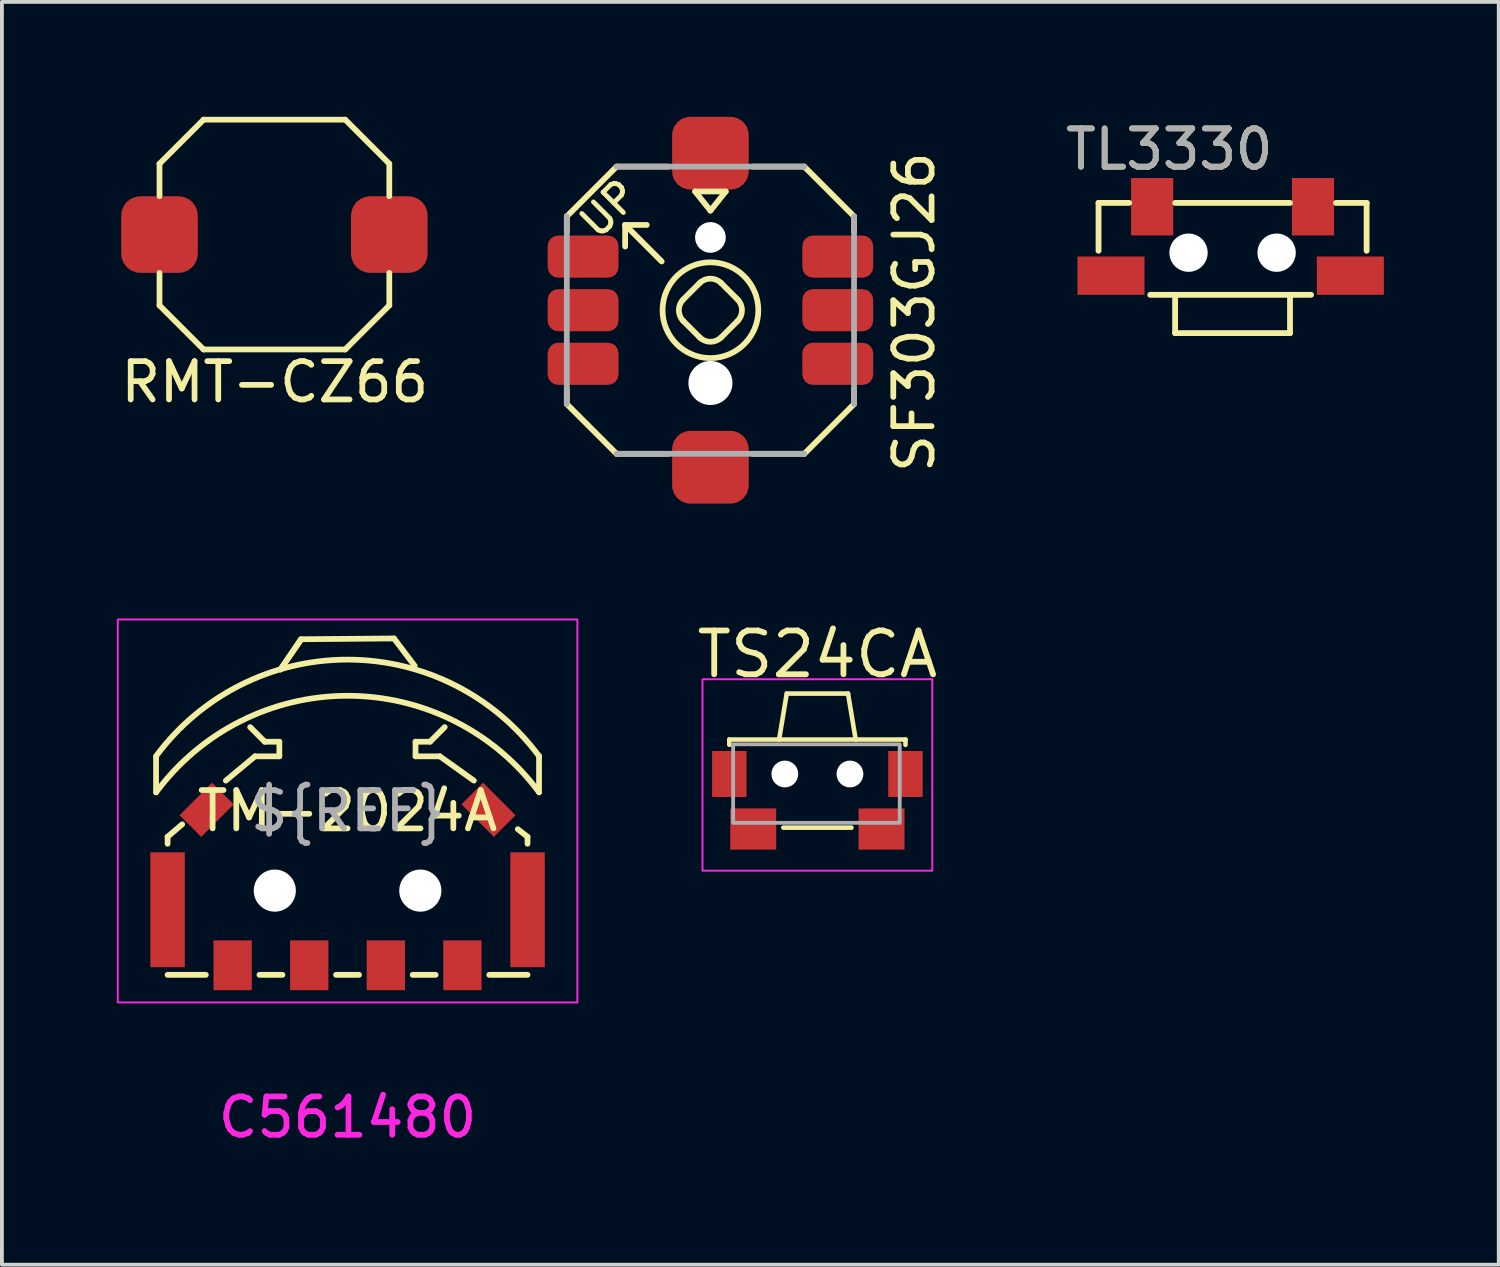
<source format=kicad_pcb>
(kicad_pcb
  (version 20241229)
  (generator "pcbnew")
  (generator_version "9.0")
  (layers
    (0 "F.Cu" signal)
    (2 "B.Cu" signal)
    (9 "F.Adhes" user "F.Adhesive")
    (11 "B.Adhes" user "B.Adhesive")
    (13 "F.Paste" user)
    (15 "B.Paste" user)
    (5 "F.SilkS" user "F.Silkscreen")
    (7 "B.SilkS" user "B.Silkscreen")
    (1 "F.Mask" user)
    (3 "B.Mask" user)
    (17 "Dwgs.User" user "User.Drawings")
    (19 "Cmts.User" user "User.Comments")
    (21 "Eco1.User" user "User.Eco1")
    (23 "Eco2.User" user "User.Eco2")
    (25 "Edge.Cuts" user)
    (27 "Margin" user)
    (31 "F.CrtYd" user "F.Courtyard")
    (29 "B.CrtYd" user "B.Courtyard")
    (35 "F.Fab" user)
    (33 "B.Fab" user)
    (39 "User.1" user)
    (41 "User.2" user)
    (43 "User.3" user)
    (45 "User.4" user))
  (footprint "SF303GJ26"
    (layer "F.Cu")
    (at 15.5 5.05)
    (property "Reference" "SF303GJ26" (at 5.32 0.05 90) (layer "F.SilkS") (effects (font (size 1 1) (thickness 0.15))))
    (attr through_hole)
    (fp_line (start -3.75 -2.45) (end -3.75 -2.05) (stroke (width 0.15) (type solid)) (layer "F.SilkS"))
    (fp_line (start -3.75 -2.45) (end -2.45 -3.75) (stroke (width 0.15) (type solid)) (layer "F.SilkS"))
    (fp_line (start -3.75 2.05) (end -3.75 2.45) (stroke (width 0.15) (type solid)) (layer "F.SilkS"))
    (fp_line (start -2.45 -3.75) (end -1.1 -3.75) (stroke (width 0.15) (type solid)) (layer "F.SilkS"))
    (fp_line (start -2.45 3.75) (end -3.75 2.45) (stroke (width 0.15) (type solid)) (layer "F.SilkS"))
    (fp_line (start -2.45 3.75) (end -1.1 3.75) (stroke (width 0.15) (type solid)) (layer "F.SilkS"))
    (fp_line (start -2.227 -2.227) (end -2.227 -1.662) (stroke (width 0.15) (type solid)) (layer "F.SilkS"))
    (fp_line (start -2.227 -2.227) (end -1.662 -2.227) (stroke (width 0.15) (type solid)) (layer "F.SilkS"))
    (fp_line (start -2.227 -2.227) (end -1.273 -1.273) (stroke (width 0.15) (type solid)) (layer "F.SilkS"))
    (fp_line (start -0.707 -0.283) (end -0.283 -0.707) (stroke (width 0.15) (type solid)) (layer "F.SilkS"))
    (fp_line (start -0.4 -3.1) (end 0.4 -3.1) (stroke (width 0.15) (type solid)) (layer "F.SilkS"))
    (fp_line (start -0.283 0.707) (end -0.707 0.283) (stroke (width 0.15) (type solid)) (layer "F.SilkS"))
    (fp_line (start 0 -2.6) (end -0.4 -3.1) (stroke (width 0.15) (type solid)) (layer "F.SilkS"))
    (fp_line (start 0.283 -0.707) (end 0.707 -0.283) (stroke (width 0.15) (type solid)) (layer "F.SilkS"))
    (fp_line (start 0.4 -3.1) (end 0 -2.6) (stroke (width 0.15) (type solid)) (layer "F.SilkS"))
    (fp_line (start 0.707 0.283) (end 0.283 0.707) (stroke (width 0.15) (type solid)) (layer "F.SilkS"))
    (fp_line (start 1.1 -3.75) (end 2.45 -3.75) (stroke (width 0.15) (type solid)) (layer "F.SilkS"))
    (fp_line (start 1.1 3.75) (end 2.45 3.75) (stroke (width 0.15) (type solid)) (layer "F.SilkS"))
    (fp_line (start 2.45 -3.75) (end 3.75 -2.45) (stroke (width 0.15) (type solid)) (layer "F.SilkS"))
    (fp_line (start 3.75 -2.45) (end 3.75 -2.05) (stroke (width 0.15) (type solid)) (layer "F.SilkS"))
    (fp_line (start 3.75 2.05) (end 3.75 2.45) (stroke (width 0.15) (type solid)) (layer "F.SilkS"))
    (fp_line (start 3.75 2.45) (end 2.45 3.75) (stroke (width 0.15) (type solid)) (layer "F.SilkS"))
    (fp_arc (start -0.707107 0.282843) (mid -0.824264 0) (end -0.707107 -0.282843) (stroke (width 0.15) (type solid)) (layer "F.SilkS"))
    (fp_arc (start -0.282843 -0.707107) (mid 0 -0.824264) (end 0.282843 -0.707107) (stroke (width 0.15) (type solid)) (layer "F.SilkS"))
    (fp_arc (start 0.282843 0.707107) (mid 0 0.824264) (end -0.282843 0.707107) (stroke (width 0.15) (type solid)) (layer "F.SilkS"))
    (fp_arc (start 0.707107 -0.282843) (mid 0.824264 0) (end 0.707107 0.282843) (stroke (width 0.15) (type solid)) (layer "F.SilkS"))
    (fp_circle (center 0 0) (end 0.884 -0.884) (stroke (width 0.15) (type solid)) (fill no) (layer "F.SilkS"))
    (fp_line (start -3.75 -2.45) (end -3.75 2.45) (stroke (width 0.15) (type solid)) (layer "F.Fab"))
    (fp_line (start -2.45 -3.75) (end 2.45 -3.75) (stroke (width 0.15) (type solid)) (layer "F.Fab"))
    (fp_line (start -2.45 3.75) (end 2.45 3.75) (stroke (width 0.15) (type solid)) (layer "F.Fab"))
    (fp_line (start 3.75 -2.45) (end 3.75 2.45) (stroke (width 0.15) (type solid)) (layer "F.Fab"))
    (fp_text user "UP" (at -2.652 -2.652 45) (layer "F.SilkS") (effects (font (size 0.75 0.75) (thickness 0.125))))
    (pad "" np_thru_hole circle (at 0 -1.9) (size 0.8 0.8) (drill 0.8) (layers "*.Cu" "*.Mask"))
    (pad "" np_thru_hole circle (at 0 1.9) (size 1.15 1.15) (drill 1.15) (layers "*.Cu" "*.Mask"))
    (pad "1" smd roundrect (at -3.325 -1.4) (size 1.85 1.1) (layers "F.Cu" "F.Mask" "F.Paste") (roundrect_rratio 0.25))
    (pad "2" smd roundrect (at -3.325 0) (size 1.85 1.1) (layers "F.Cu" "F.Mask" "F.Paste") (roundrect_rratio 0.25))
    (pad "3" smd roundrect (at -3.325 1.4) (size 1.85 1.1) (layers "F.Cu" "F.Mask" "F.Paste") (roundrect_rratio 0.25))
    (pad "4" smd roundrect (at 3.325 -1.4) (size 1.85 1.1) (layers "F.Cu" "F.Mask" "F.Paste") (roundrect_rratio 0.25))
    (pad "5" smd roundrect (at 3.325 0) (size 1.85 1.1) (layers "F.Cu" "F.Mask" "F.Paste") (roundrect_rratio 0.25))
    (pad "6" smd roundrect (at 3.325 1.4) (size 1.85 1.1) (layers "F.Cu" "F.Mask" "F.Paste") (roundrect_rratio 0.25))
    (pad "SHIELD" smd roundrect (at 0 -4.1) (size 2 1.9) (layers "F.Cu" "F.Mask" "F.Paste") (roundrect_rratio 0.25))
    (pad "SHIELD" smd roundrect (at 0 4.1) (size 2 1.9) (layers "F.Cu" "F.Mask" "F.Paste") (roundrect_rratio 0.25)))
  (footprint "TM-2024A"
    (layer "F.Cu")
    (at 6.025 20.125)
    (property "Reference" "TM-2024A" (at 0 -2 0) (unlocked yes) (layer "F.SilkS") (effects (font (size 1 1) (thickness 0.15))))
    (property "LCSC" "C561480" (at 0 6 0) (unlocked yes) (layer "F.CrtYd") (effects (font (size 1 1) (thickness 0.15))))
    (attr smd)
    (fp_line (start -5 -2.487) (end -5 -3.415) (stroke (width 0.15) (type solid)) (layer "F.SilkS"))
    (fp_line (start -4.7 2.279) (end -3.7 2.279) (stroke (width 0.15) (type solid)) (layer "F.SilkS"))
    (fp_line (start -4.699 -1.326) (end -4.318 -1.651) (stroke (width 0.15) (type solid)) (layer "F.SilkS"))
    (fp_line (start -4.699 -1.143) (end -4.699 -1.326) (stroke (width 0.15) (type solid)) (layer "F.SilkS"))
    (fp_line (start -2.543 -4.189) (end -2.162 -3.808) (stroke (width 0.15) (type solid)) (layer "F.SilkS"))
    (fp_line (start -2.416 -3.427) (end -3.178 -2.792) (stroke (width 0.15) (type solid)) (layer "F.SilkS"))
    (fp_line (start -2.3 2.279) (end -1.7 2.279) (stroke (width 0.15) (type solid)) (layer "F.SilkS"))
    (fp_line (start -2.162 -3.808) (end -1.781 -3.808) (stroke (width 0.15) (type solid)) (layer "F.SilkS"))
    (fp_line (start -1.781 -3.808) (end -1.781 -3.427) (stroke (width 0.15) (type solid)) (layer "F.SilkS"))
    (fp_line (start -1.781 -3.427) (end -2.416 -3.427) (stroke (width 0.15) (type solid)) (layer "F.SilkS"))
    (fp_line (start -1.753 -5.694) (end -1.216 -6.484) (stroke (width 0.15) (type solid)) (layer "F.SilkS"))
    (fp_line (start -1.216 -6.484) (end 1.213 -6.504) (stroke (width 0.15) (type solid)) (layer "F.SilkS"))
    (fp_line (start -1.216 -6.47) (end -1.753 -5.694) (stroke (width 0.15) (type solid)) (layer "F.SilkS"))
    (fp_line (start -0.3 2.279) (end 0.3 2.279) (stroke (width 0.15) (type solid)) (layer "F.SilkS"))
    (fp_line (start 1.213 -6.504) (end 1.753 -5.789) (stroke (width 0.15) (type solid)) (layer "F.SilkS"))
    (fp_line (start 1.7 2.279) (end 2.3 2.279) (stroke (width 0.15) (type solid)) (layer "F.SilkS"))
    (fp_line (start 1.775 -3.808) (end 1.775 -3.427) (stroke (width 0.15) (type solid)) (layer "F.SilkS"))
    (fp_line (start 1.775 -3.427) (end 2.41 -3.427) (stroke (width 0.15) (type solid)) (layer "F.SilkS"))
    (fp_line (start 2.156 -3.808) (end 1.775 -3.808) (stroke (width 0.15) (type solid)) (layer "F.SilkS"))
    (fp_line (start 2.41 -3.427) (end 3.299 -2.792) (stroke (width 0.15) (type solid)) (layer "F.SilkS"))
    (fp_line (start 2.537 -4.189) (end 2.156 -3.808) (stroke (width 0.15) (type solid)) (layer "F.SilkS"))
    (fp_line (start 3.7 2.279) (end 4.7 2.279) (stroke (width 0.15) (type solid)) (layer "F.SilkS"))
    (fp_line (start 4.699 -1.326) (end 4.445 -1.524) (stroke (width 0.15) (type solid)) (layer "F.SilkS"))
    (fp_line (start 4.699 -1.143) (end 4.699 -1.326) (stroke (width 0.15) (type solid)) (layer "F.SilkS"))
    (fp_line (start 5 -2.487) (end 5 -3.431) (stroke (width 0.15) (type solid)) (layer "F.SilkS"))
    (fp_arc (start -5 -3.431) (mid -0.000159 -5.951534) (end 4.999811 -3.431256) (stroke (width 0.15) (type solid)) (layer "F.SilkS"))
    (fp_arc (start -4.999 -2.487) (mid 0.001645 -5.007129) (end 5.001767 -2.485963) (stroke (width 0.15) (type solid)) (layer "F.SilkS"))
    (fp_rect (start -6 -7) (end 6 3) (stroke (width 0.05) (type default)) (fill no) (layer "F.CrtYd"))
    (fp_text user "${REF}" (at 0 -2 0) (unlocked yes) (layer "F.Fab") (effects (font (size 1 1) (thickness 0.15))))
    (pad "" np_thru_hole circle (at -1.9 0.08) (size 1.1 1.1) (drill 1.1) (layers "*.Cu" "*.Mask"))
    (pad "" np_thru_hole circle (at 1.9 0.08) (size 1.1 1.1) (drill 1.1) (layers "*.Cu" "*.Mask"))
    (pad "1" smd rect (at -3 2.03) (size 1 1.3) (layers "F.Cu" "F.Mask" "F.Paste"))
    (pad "2" smd rect (at 3 2.03) (size 1 1.3) (layers "F.Cu" "F.Mask" "F.Paste"))
    (pad "C" smd rect (at -1 2.03) (size 1 1.3) (layers "F.Cu" "F.Mask" "F.Paste"))
    (pad "G" smd rect (at -4.7 0.58) (size 0.9 3) (layers "F.Cu" "F.Mask" "F.Paste"))
    (pad "G" smd rect (at -3.68 -2.03 45) (size 1.2 0.8) (layers "F.Cu" "F.Mask" "F.Paste"))
    (pad "G" smd rect (at 3.68 -2.03 315) (size 1.2 0.8) (layers "F.Cu" "F.Mask" "F.Paste"))
    (pad "G" smd rect (at 4.7 0.58) (size 0.9 3) (layers "F.Cu" "F.Mask" "F.Paste"))
    (pad "T" smd rect (at 1 2.03) (size 1 1.3) (layers "F.Cu" "F.Mask" "F.Paste")))
  (footprint "RMT-CZ66"
    (layer "F.Cu")
    (at 4.115 3.075)
    (property "Reference" "RMT-CZ66" (at 0.01 3.85 0) (layer "F.SilkS") (effects (font (size 1 1) (thickness 0.15))))
    (attr through_hole)
    (fp_line (start -3 -1) (end -3 -1.85) (stroke (width 0.15) (type solid)) (layer "F.SilkS"))
    (fp_line (start -3 1.85) (end -3 1) (stroke (width 0.15) (type solid)) (layer "F.SilkS"))
    (fp_line (start -3 1.85) (end -1.85 3) (stroke (width 0.15) (type solid)) (layer "F.SilkS"))
    (fp_line (start -1.85 -3) (end -3 -1.85) (stroke (width 0.15) (type solid)) (layer "F.SilkS"))
    (fp_line (start -1.85 -3) (end 1.85 -3) (stroke (width 0.15) (type solid)) (layer "F.SilkS"))
    (fp_line (start 1.85 3) (end -1.85 3) (stroke (width 0.15) (type solid)) (layer "F.SilkS"))
    (fp_line (start 1.85 3) (end 3 1.85) (stroke (width 0.15) (type solid)) (layer "F.SilkS"))
    (fp_line (start 3 -1.85) (end 1.85 -3) (stroke (width 0.15) (type solid)) (layer "F.SilkS"))
    (fp_line (start 3 -1.85) (end 3 -1) (stroke (width 0.15) (type solid)) (layer "F.SilkS"))
    (fp_line (start 3 1) (end 3 1.85) (stroke (width 0.15) (type solid)) (layer "F.SilkS"))
    (pad "1" smd roundrect (at -3 0) (size 2 2) (layers "F.Cu" "F.Mask" "F.Paste") (roundrect_rratio 0.25))
    (pad "2" smd roundrect (at 3 0) (size 2 2) (layers "F.Cu" "F.Mask" "F.Paste") (roundrect_rratio 0.25)))
  (footprint "TL3330"
    (layer "F.Cu")
    (at 29.134 3.548)
    (property "Reference" "TL3330" (at -1.65 -2.7 0) (unlocked yes) (layer "F.SilkS") (effects (font (size 1 1) (thickness 0.15))))
    (attr smd)
    (fp_line (start -3.5 -1.3) (end -2.7 -1.3) (stroke (width 0.152) (type solid)) (layer "F.SilkS"))
    (fp_line (start -3.5 -0.05) (end -3.5 -1.3) (stroke (width 0.152) (type solid)) (layer "F.SilkS"))
    (fp_line (start -2.15 1.1) (end -1.5 1.1) (stroke (width 0.152) (type solid)) (layer "F.SilkS"))
    (fp_line (start -1.5 -1.3) (end 1.5 -1.3) (stroke (width 0.152) (type solid)) (layer "F.SilkS"))
    (fp_line (start -1.5 1.1) (end -1.5 2.1) (stroke (width 0.152) (type solid)) (layer "F.SilkS"))
    (fp_line (start -1.5 1.1) (end 1.5 1.1) (stroke (width 0.152) (type solid)) (layer "F.SilkS"))
    (fp_line (start -1.5 2.1) (end 1.5 2.1) (stroke (width 0.152) (type solid)) (layer "F.SilkS"))
    (fp_line (start 1.5 1.1) (end 2.05 1.1) (stroke (width 0.152) (type solid)) (layer "F.SilkS"))
    (fp_line (start 1.5 2.1) (end 1.5 1.1) (stroke (width 0.152) (type solid)) (layer "F.SilkS"))
    (fp_line (start 2.7 -1.3) (end 3.5 -1.3) (stroke (width 0.152) (type solid)) (layer "F.SilkS"))
    (fp_line (start 3.5 -1.3) (end 3.5 -0.05) (stroke (width 0.152) (type solid)) (layer "F.SilkS"))
    (fp_text user "${REFERENCE}" (at -1.65 -2.7 0) (unlocked yes) (layer "F.Fab") (effects (font (size 1 1) (thickness 0.15))))
    (pad "" smd rect (at -3.175 0.6 180) (size 1.75 1) (layers "F.Cu" "F.Mask" "F.Paste"))
    (pad "" np_thru_hole circle (at -1.15 0) (size 1 1) (drill 1) (layers "*.Cu" "*.Mask"))
    (pad "" np_thru_hole circle (at 1.15 0) (size 1 1) (drill 1) (layers "*.Cu" "*.Mask"))
    (pad "" smd rect (at 3.075 0.6 180) (size 1.75 1) (layers "F.Cu" "F.Mask" "F.Paste"))
    (pad "1" smd rect (at -2.1 -1.2 90) (size 1.5 1.1) (layers "F.Cu" "F.Mask" "F.Paste"))
    (pad "2" smd rect (at 2.1 -1.2 90) (size 1.5 1.1) (layers "F.Cu" "F.Mask" "F.Paste")))
  (footprint "TS24CA"
    (layer "F.Cu")
    (at 18.293 17.935)
    (property "Reference" "TS24CA" (at 0 -3.9 0) (layer "F.SilkS") (effects (font (size 1.143 1.143) (thickness 0.152))))
    (attr smd)
    (fp_line (start -2.3 -1.675) (end 2.3 -1.675) (stroke (width 0.12) (type solid)) (layer "F.SilkS"))
    (fp_line (start -2.3 -1.537) (end -2.3 -1.675) (stroke (width 0.12) (type solid)) (layer "F.SilkS"))
    (fp_line (start -0.889 0.625) (end 0.889 0.625) (stroke (width 0.12) (type solid)) (layer "F.SilkS"))
    (fp_line (start -0.8 -2.875) (end -1 -1.675) (stroke (width 0.12) (type solid)) (layer "F.SilkS"))
    (fp_line (start -0.8 -2.875) (end 0.8 -2.875) (stroke (width 0.12) (type solid)) (layer "F.SilkS"))
    (fp_line (start 0.8 -2.875) (end 1 -1.675) (stroke (width 0.12) (type solid)) (layer "F.SilkS"))
    (fp_line (start 2.3 -1.675) (end 2.3 -1.537) (stroke (width 0.12) (type solid)) (layer "F.SilkS"))
    (fp_circle (center -0.85 -0.775) (end -0.725 -0.775) (stroke (width 0.25) (type solid)) (fill no) (layer "Cmts.User"))
    (fp_circle (center 0.85 -0.775) (end 0.975 -0.775) (stroke (width 0.25) (type solid)) (fill no) (layer "Cmts.User"))
    (fp_rect (start -3 -3.25) (end 3 1.75) (stroke (width 0.05) (type solid)) (fill no) (layer "F.CrtYd"))
    (fp_rect (start -2.2 -1.55) (end 2.15 0.5) (stroke (width 0.1) (type default)) (fill no) (layer "F.Fab"))
    (pad "" np_thru_hole circle (at -0.85 -0.775) (size 0.7 0.7) (drill 0.7) (layers "*.Cu" "*.Mask"))
    (pad "" np_thru_hole circle (at 0.85 -0.775) (size 0.7 0.7) (drill 0.7) (layers "*.Cu" "*.Mask"))
    (pad "1" smd rect (at -1.675 0.662 180) (size 1.2 1.075) (layers "F.Cu" "F.Mask" "F.Paste"))
    (pad "2" smd rect (at 1.675 0.662 180) (size 1.2 1.075) (layers "F.Cu" "F.Mask" "F.Paste"))
    (pad "MP" smd rect (at -2.3 -0.775) (size 0.9 1.2) (layers "F.Cu" "F.Mask" "F.Paste"))
    (pad "MP" smd rect (at 2.3 -0.775 180) (size 0.9 1.2) (layers "F.Cu" "F.Mask" "F.Paste")))
  (gr_rect
    (start -3 -3)
    (end 36.084 29.973)
    (stroke (width 0.1) (type default))
    (fill no)
    (layer "Edge.Cuts")))
</source>
